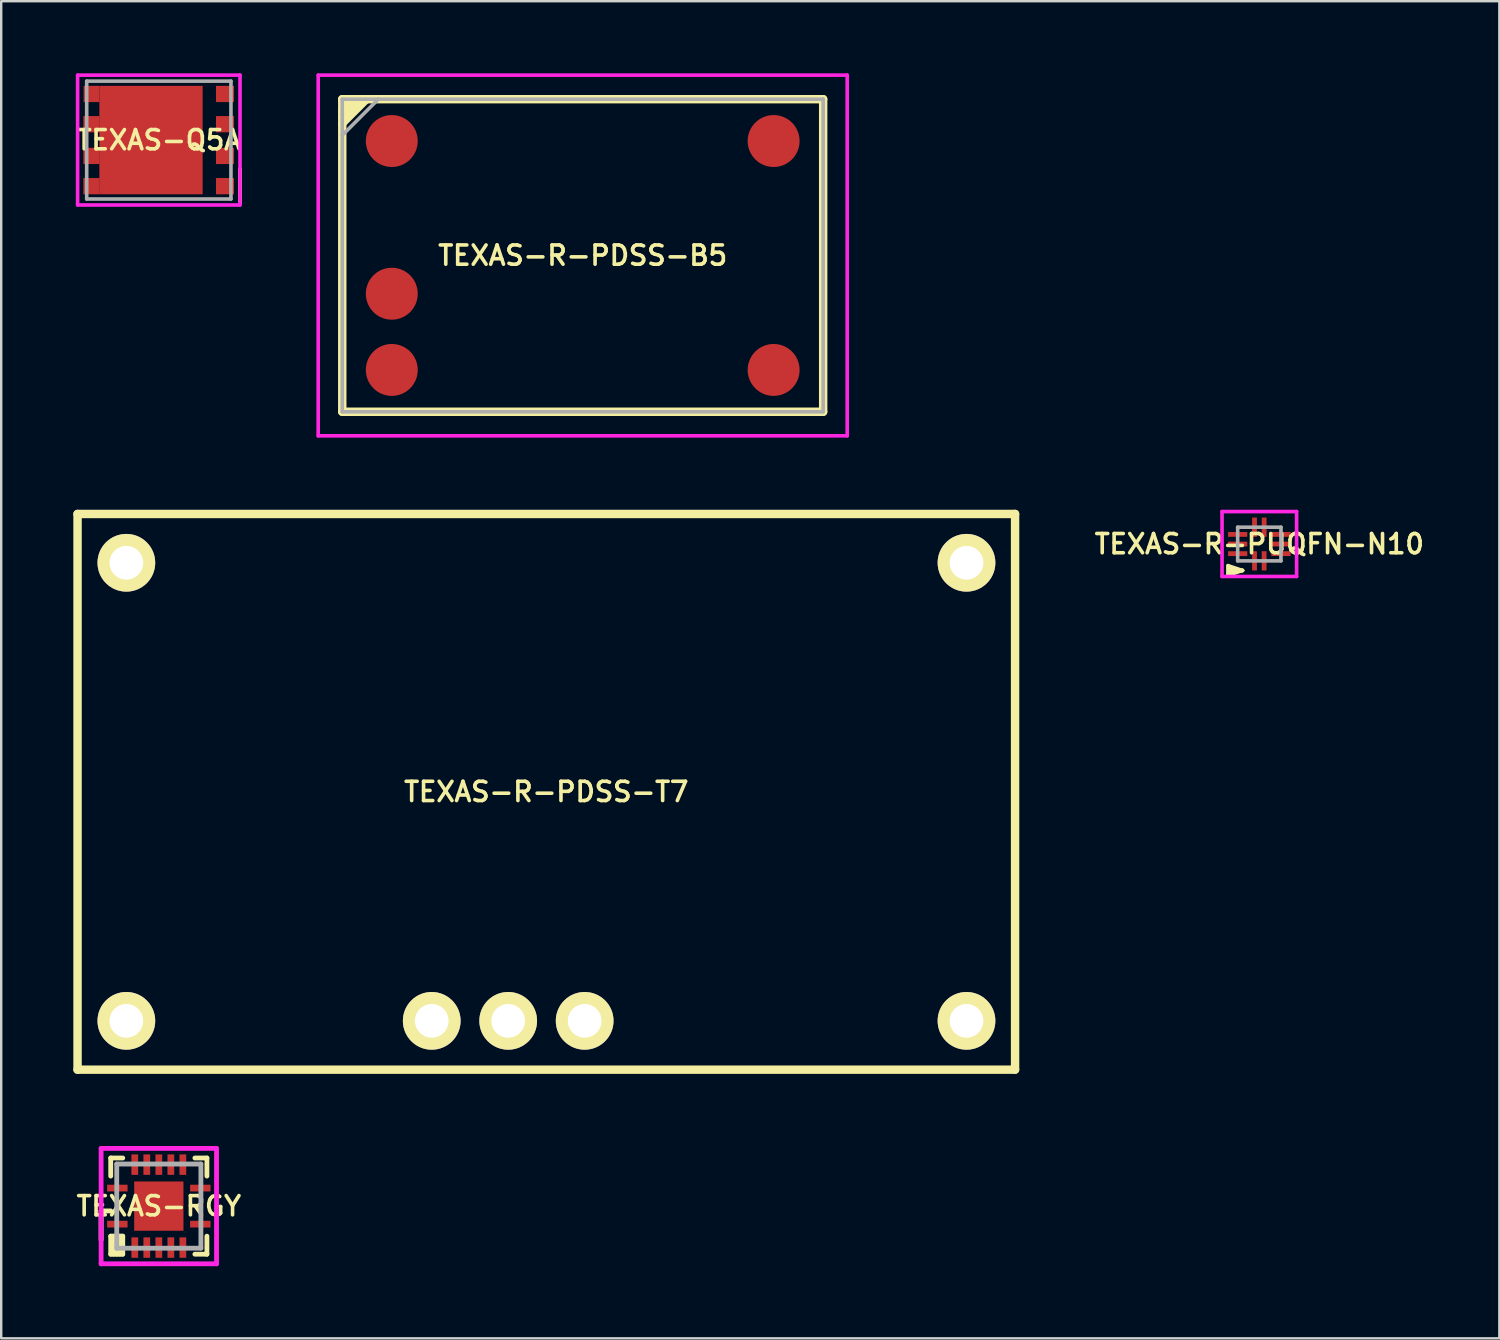
<source format=kicad_pcb>
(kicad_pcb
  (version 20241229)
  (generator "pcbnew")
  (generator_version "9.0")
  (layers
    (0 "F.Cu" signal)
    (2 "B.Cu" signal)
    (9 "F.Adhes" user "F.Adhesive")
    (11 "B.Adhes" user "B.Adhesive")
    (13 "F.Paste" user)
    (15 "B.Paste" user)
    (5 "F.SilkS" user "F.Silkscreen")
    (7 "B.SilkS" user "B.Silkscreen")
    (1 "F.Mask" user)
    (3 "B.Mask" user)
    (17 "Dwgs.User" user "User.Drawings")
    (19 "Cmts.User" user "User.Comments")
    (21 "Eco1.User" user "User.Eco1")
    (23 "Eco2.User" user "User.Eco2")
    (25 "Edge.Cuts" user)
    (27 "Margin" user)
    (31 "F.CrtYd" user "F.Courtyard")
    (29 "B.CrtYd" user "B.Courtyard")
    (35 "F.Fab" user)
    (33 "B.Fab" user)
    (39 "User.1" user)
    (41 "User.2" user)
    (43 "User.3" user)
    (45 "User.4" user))
  (footprint "TEXAS-Q5A"
    (layer "F.Cu")
    (at 3.555 2.775)
    (property "Reference" "TEXAS-Q5A" (at 0 0 0) (layer "F.SilkS") (effects (font (size 0.8 0.8) (thickness 0.15))))
    (attr smd)
    (fp_line (start 3.377 1.2) (end 3.377 2.6) (stroke (width 0.15) (type solid)) (layer "F.SilkS"))
    (fp_line (start -3.377 -2.7) (end 3.377 -2.7) (stroke (width 0.15) (type solid)) (layer "F.CrtYd"))
    (fp_line (start -3.377 2.7) (end -3.377 -2.7) (stroke (width 0.15) (type solid)) (layer "F.CrtYd"))
    (fp_line (start 3.377 -2.7) (end 3.377 2.7) (stroke (width 0.15) (type solid)) (layer "F.CrtYd"))
    (fp_line (start 3.377 2.7) (end -3.377 2.7) (stroke (width 0.15) (type solid)) (layer "F.CrtYd"))
    (fp_line (start -3 -2.45) (end 3 -2.45) (stroke (width 0.15) (type solid)) (layer "F.Fab"))
    (fp_line (start -3 2.45) (end -3 -2.45) (stroke (width 0.15) (type solid)) (layer "F.Fab"))
    (fp_line (start 3 -2.45) (end 3 2.45) (stroke (width 0.15) (type solid)) (layer "F.Fab"))
    (fp_line (start 3 2.45) (end -3 2.45) (stroke (width 0.15) (type solid)) (layer "F.Fab"))
    (pad "1" smd rect (at 2.752 1.917) (size 0.75 0.675) (layers "F.Cu" "F.Mask" "F.Paste"))
    (pad "2" smd rect (at 2.752 0.66) (size 0.75 0.675) (layers "F.Cu" "F.Mask" "F.Paste"))
    (pad "3" smd rect (at 2.752 -0.66) (size 0.75 0.675) (layers "F.Cu" "F.Mask" "F.Paste"))
    (pad "4" smd rect (at 2.752 -1.917) (size 0.75 0.675) (layers "F.Cu" "F.Mask" "F.Paste"))
    (pad "5" smd rect (at -2.8 -1.917) (size 0.655 0.675) (layers "F.Cu" "F.Mask" "F.Paste"))
    (pad "6" smd rect (at -2.8 -0.66) (size 0.675 0.675) (layers "F.Cu" "F.Mask" "F.Paste"))
    (pad "7" smd rect (at -2.8 0.66) (size 0.675 0.675) (layers "F.Cu" "F.Mask" "F.Paste"))
    (pad "8" smd rect (at -2.8 1.917) (size 0.675 0.675) (layers "F.Cu" "F.Mask" "F.Paste"))
    (pad "8" smd rect (at -0.325 0) (size 4.295 4.51) (layers "F.Cu" "F.Mask" "F.Paste")))
  (footprint "TEXAS-R-PDSS-B5"
    (layer "F.Cu")
    (at 21.184 7.575)
    (property "Reference" "TEXAS-R-PDSS-B5" (at 0 0 0) (layer "F.SilkS") (effects (font (size 0.8 0.8) (thickness 0.15))))
    (attr smd)
    (fp_line (start -10 -6.5) (end 10 -6.5) (stroke (width 0.35) (type solid)) (layer "F.SilkS"))
    (fp_line (start -10 -6) (end -9.5 -6.5) (stroke (width 0.35) (type solid)) (layer "F.SilkS"))
    (fp_line (start -10 -5.75) (end -9.25 -6.5) (stroke (width 0.35) (type solid)) (layer "F.SilkS"))
    (fp_line (start -10 -5.5) (end -9 -6.5) (stroke (width 0.35) (type solid)) (layer "F.SilkS"))
    (fp_line (start -10 6.5) (end -10 -6.5) (stroke (width 0.35) (type solid)) (layer "F.SilkS"))
    (fp_line (start 10 -6.5) (end 10 6.5) (stroke (width 0.35) (type solid)) (layer "F.SilkS"))
    (fp_line (start 10 6.5) (end -10 6.5) (stroke (width 0.35) (type solid)) (layer "F.SilkS"))
    (fp_line (start -11 -7.5) (end 11 -7.5) (stroke (width 0.15) (type solid)) (layer "F.CrtYd"))
    (fp_line (start -11 7.5) (end -11 -7.5) (stroke (width 0.15) (type solid)) (layer "F.CrtYd"))
    (fp_line (start 11 -7.5) (end 11 7.5) (stroke (width 0.15) (type solid)) (layer "F.CrtYd"))
    (fp_line (start 11 7.5) (end -11 7.5) (stroke (width 0.15) (type solid)) (layer "F.CrtYd"))
    (fp_line (start -10 -6.5) (end 10 -6.5) (stroke (width 0.15) (type solid)) (layer "F.Fab"))
    (fp_line (start -10 -5) (end -8.5 -6.5) (stroke (width 0.15) (type solid)) (layer "F.Fab"))
    (fp_line (start -10 6.5) (end -10 -6.5) (stroke (width 0.15) (type solid)) (layer "F.Fab"))
    (fp_line (start 10 -6.5) (end 10 6.5) (stroke (width 0.15) (type solid)) (layer "F.Fab"))
    (fp_line (start 10 6.5) (end -10 6.5) (stroke (width 0.15) (type solid)) (layer "F.Fab"))
    (pad "1" smd circle (at -7.94 -4.76) (size 2.16 2.16) (layers "F.Cu" "F.Mask" "F.Paste"))
    (pad "2" smd circle (at -7.94 1.59) (size 2.16 2.16) (layers "F.Cu" "F.Mask" "F.Paste"))
    (pad "3" smd circle (at -7.94 4.76) (size 2.16 2.16) (layers "F.Cu" "F.Mask" "F.Paste"))
    (pad "4" smd circle (at 7.94 4.76) (size 2.16 2.16) (layers "F.Cu" "F.Mask" "F.Paste"))
    (pad "5" smd circle (at 7.94 -4.76) (size 2.16 2.16) (layers "F.Cu" "F.Mask" "F.Paste")))
  (footprint "TEXAS-RGY"
    (layer "F.Cu")
    (at 3.555 47.11)
    (property "Reference" "TEXAS-RGY" (at 0 0 0) (layer "F.SilkS") (effects (font (size 0.8 0.8) (thickness 0.15))))
    (attr smd)
    (fp_line (start -2.4 0.2) (end -2.4 1.4) (stroke (width 0.2) (type solid)) (layer "F.SilkS"))
    (fp_line (start -2 -2) (end -1.5 -2) (stroke (width 0.2) (type solid)) (layer "F.SilkS"))
    (fp_line (start -2 -1.25) (end -2 -2) (stroke (width 0.2) (type solid)) (layer "F.SilkS"))
    (fp_line (start -2 0.2) (end -2.4 0.2) (stroke (width 0.2) (type solid)) (layer "F.SilkS"))
    (fp_line (start -2 1.25) (end -1.5 1.25) (stroke (width 0.2) (type solid)) (layer "F.SilkS"))
    (fp_line (start -2 2) (end -2 1.25) (stroke (width 0.2) (type solid)) (layer "F.SilkS"))
    (fp_line (start -1.875 1.25) (end -1.875 2) (stroke (width 0.2) (type solid)) (layer "F.SilkS"))
    (fp_line (start -1.75 2) (end -1.75 1.25) (stroke (width 0.2) (type solid)) (layer "F.SilkS"))
    (fp_line (start -1.625 1.25) (end -1.625 2) (stroke (width 0.2) (type solid)) (layer "F.SilkS"))
    (fp_line (start -1.5 1.25) (end -1.5 2) (stroke (width 0.2) (type solid)) (layer "F.SilkS"))
    (fp_line (start -1.5 2) (end -2 2) (stroke (width 0.2) (type solid)) (layer "F.SilkS"))
    (fp_line (start 1.5 -2) (end 2 -2) (stroke (width 0.2) (type solid)) (layer "F.SilkS"))
    (fp_line (start 2 -2) (end 2 -1.25) (stroke (width 0.2) (type solid)) (layer "F.SilkS"))
    (fp_line (start 2 1.25) (end 2 2) (stroke (width 0.2) (type solid)) (layer "F.SilkS"))
    (fp_line (start 2 2) (end 1.5 2) (stroke (width 0.2) (type solid)) (layer "F.SilkS"))
    (fp_line (start -2.4 -2.4) (end 2.4 -2.4) (stroke (width 0.2) (type solid)) (layer "F.CrtYd"))
    (fp_line (start -2.4 2.4) (end -2.4 -2.4) (stroke (width 0.2) (type solid)) (layer "F.CrtYd"))
    (fp_line (start 2.4 -2.4) (end 2.4 2.4) (stroke (width 0.2) (type solid)) (layer "F.CrtYd"))
    (fp_line (start 2.4 2.4) (end -2.4 2.4) (stroke (width 0.2) (type solid)) (layer "F.CrtYd"))
    (fp_line (start -1.75 -1.75) (end 1.75 -1.75) (stroke (width 0.2) (type solid)) (layer "F.Fab"))
    (fp_line (start -1.75 1.75) (end -1.75 -1.75) (stroke (width 0.2) (type solid)) (layer "F.Fab"))
    (fp_line (start 1.75 -1.75) (end 1.75 1.75) (stroke (width 0.2) (type solid)) (layer "F.Fab"))
    (fp_line (start 1.75 1.75) (end -1.75 1.75) (stroke (width 0.2) (type solid)) (layer "F.Fab"))
    (pad "1" smd rect (at -1.725 0.75) (size 0.85 0.28) (layers "F.Cu" "F.Mask" "F.Paste"))
    (pad "2" smd rect (at -1 1.725) (size 0.28 0.85) (layers "F.Cu" "F.Mask" "F.Paste"))
    (pad "3" smd rect (at -0.5 1.725) (size 0.28 0.85) (layers "F.Cu" "F.Mask" "F.Paste"))
    (pad "4" smd rect (at 0 1.725) (size 0.28 0.85) (layers "F.Cu" "F.Mask" "F.Paste"))
    (pad "5" smd rect (at 0.5 1.725) (size 0.28 0.85) (layers "F.Cu" "F.Mask" "F.Paste"))
    (pad "6" smd rect (at 1 1.725) (size 0.28 0.85) (layers "F.Cu" "F.Mask" "F.Paste"))
    (pad "7" smd rect (at 1.725 0.75) (size 0.85 0.28) (layers "F.Cu" "F.Mask" "F.Paste"))
    (pad "8" smd rect (at 1.725 -0.75) (size 0.85 0.28) (layers "F.Cu" "F.Mask" "F.Paste"))
    (pad "9" smd rect (at 1 -1.725) (size 0.28 0.85) (layers "F.Cu" "F.Mask" "F.Paste"))
    (pad "10" smd rect (at 0.5 -1.725) (size 0.28 0.85) (layers "F.Cu" "F.Mask" "F.Paste"))
    (pad "11" smd rect (at 0 -1.725) (size 0.28 0.85) (layers "F.Cu" "F.Mask" "F.Paste"))
    (pad "12" smd rect (at -0.5 -1.725) (size 0.28 0.85) (layers "F.Cu" "F.Mask" "F.Paste"))
    (pad "13" smd rect (at -1 -1.725) (size 0.28 0.85) (layers "F.Cu" "F.Mask" "F.Paste"))
    (pad "14" smd rect (at -1.725 -0.75) (size 0.85 0.28) (layers "F.Cu" "F.Mask" "F.Paste"))
    (pad "15" smd rect (at 0 0) (size 2.05 2.05) (layers "F.Cu" "F.Mask" "F.Paste")))
  (footprint "TEXAS-R-PUQFN-N10"
    (layer "F.Cu")
    (at 49.323 19.575)
    (property "Reference" "TEXAS-R-PUQFN-N10" (at 0 0 0) (layer "F.SilkS") (effects (font (size 0.8 0.8) (thickness 0.15))))
    (attr through_hole)
    (fp_line (start -1.3 0.9) (end -0.7 1.1) (stroke (width 0.15) (type solid)) (layer "F.SilkS"))
    (fp_line (start -1.3 1.3) (end -1.3 0.9) (stroke (width 0.15) (type solid)) (layer "F.SilkS"))
    (fp_line (start -0.7 1.1) (end -1.3 1) (stroke (width 0.15) (type solid)) (layer "F.SilkS"))
    (fp_line (start -0.7 1.1) (end -1.3 1.1) (stroke (width 0.15) (type solid)) (layer "F.SilkS"))
    (fp_line (start -0.7 1.1) (end -1.3 1.2) (stroke (width 0.15) (type solid)) (layer "F.SilkS"))
    (fp_line (start -0.7 1.1) (end -1.3 1.3) (stroke (width 0.15) (type solid)) (layer "F.SilkS"))
    (fp_line (start -1.55 -1.35) (end 1.55 -1.35) (stroke (width 0.15) (type solid)) (layer "F.CrtYd"))
    (fp_line (start -1.55 1.35) (end -1.55 -1.35) (stroke (width 0.15) (type solid)) (layer "F.CrtYd"))
    (fp_line (start 1.55 -1.35) (end 1.55 1.35) (stroke (width 0.15) (type solid)) (layer "F.CrtYd"))
    (fp_line (start 1.55 1.35) (end -1.55 1.35) (stroke (width 0.15) (type solid)) (layer "F.CrtYd"))
    (fp_line (start -0.9 -0.7) (end 0.9 -0.7) (stroke (width 0.15) (type solid)) (layer "F.Fab"))
    (fp_line (start -0.9 0.7) (end -0.9 -0.7) (stroke (width 0.15) (type solid)) (layer "F.Fab"))
    (fp_line (start 0.9 -0.7) (end 0.9 0.7) (stroke (width 0.15) (type solid)) (layer "F.Fab"))
    (fp_line (start 0.9 0.7) (end -0.9 0.7) (stroke (width 0.15) (type solid)) (layer "F.Fab"))
    (pad "1" smd rect (at -0.2 0.7) (size 0.2 0.8) (layers "F.Cu" "F.Mask" "F.Paste"))
    (pad "2" smd rect (at 0.2 0.7) (size 0.2 0.8) (layers "F.Cu" "F.Mask" "F.Paste"))
    (pad "3" smd rect (at 0.9 0.4 90) (size 0.2 0.8) (layers "F.Cu" "F.Mask" "F.Paste"))
    (pad "4" smd rect (at 0.9 0 90) (size 0.2 0.8) (layers "F.Cu" "F.Mask" "F.Paste"))
    (pad "5" smd rect (at 0.9 -0.4 90) (size 0.2 0.8) (layers "F.Cu" "F.Mask" "F.Paste"))
    (pad "6" smd rect (at 0.2 -0.7) (size 0.2 0.8) (layers "F.Cu" "F.Mask" "F.Paste"))
    (pad "7" smd rect (at -0.2 -0.7) (size 0.2 0.8) (layers "F.Cu" "F.Mask" "F.Paste"))
    (pad "8" smd rect (at -0.9 -0.4 90) (size 0.2 0.8) (layers "F.Cu" "F.Mask" "F.Paste"))
    (pad "9" smd rect (at -0.9 0 90) (size 0.2 0.8) (layers "F.Cu" "F.Mask" "F.Paste"))
    (pad "10" smd rect (at -0.9 0.4 90) (size 0.2 0.8) (layers "F.Cu" "F.Mask" "F.Paste")))
  (footprint "TEXAS-R-PDSS-T7"
    (layer "F.Cu")
    (at 19.67 29.88)
    (property "Reference" "TEXAS-R-PDSS-T7" (at 0 0 0) (layer "F.SilkS") (effects (font (size 0.8 0.8) (thickness 0.15))))
    (attr through_hole)
    (fp_line (start -19.495 -11.555) (end 19.495 -11.555) (stroke (width 0.35) (type solid)) (layer "F.SilkS"))
    (fp_line (start -19.495 11.555) (end -19.495 -11.555) (stroke (width 0.35) (type solid)) (layer "F.SilkS"))
    (fp_line (start 19.495 -11.555) (end 19.495 11.555) (stroke (width 0.35) (type solid)) (layer "F.SilkS"))
    (fp_line (start 19.495 11.555) (end -19.495 11.555) (stroke (width 0.35) (type solid)) (layer "F.SilkS"))
    (pad "1" thru_hole circle (at -17.465 -9.525) (size 2.4 2.4) (drill 1.4) (layers "*.Cu" "*.Mask" "F.SilkS"))
    (pad "2" thru_hole circle (at -17.465 9.525) (size 2.4 2.4) (drill 1.4) (layers "*.Cu" "*.Mask" "F.SilkS"))
    (pad "3" thru_hole circle (at -4.765 9.525) (size 2.4 2.4) (drill 1.4) (layers "*.Cu" "*.Mask" "F.SilkS"))
    (pad "4" thru_hole circle (at -1.585 9.525) (size 2.4 2.4) (drill 1.4) (layers "*.Cu" "*.Mask" "F.SilkS"))
    (pad "5" thru_hole circle (at 1.595 9.525) (size 2.4 2.4) (drill 1.4) (layers "*.Cu" "*.Mask" "F.SilkS"))
    (pad "6" thru_hole circle (at 17.475 9.525) (size 2.4 2.4) (drill 1.4) (layers "*.Cu" "*.Mask" "F.SilkS"))
    (pad "7" thru_hole circle (at 17.475 -9.525) (size 2.4 2.4) (drill 1.4) (layers "*.Cu" "*.Mask" "F.SilkS")))
  (gr_rect
    (start -3 -3)
    (end 59.306 52.61)
    (stroke (width 0.1) (type default))
    (fill no)
    (layer "Edge.Cuts")))
</source>
